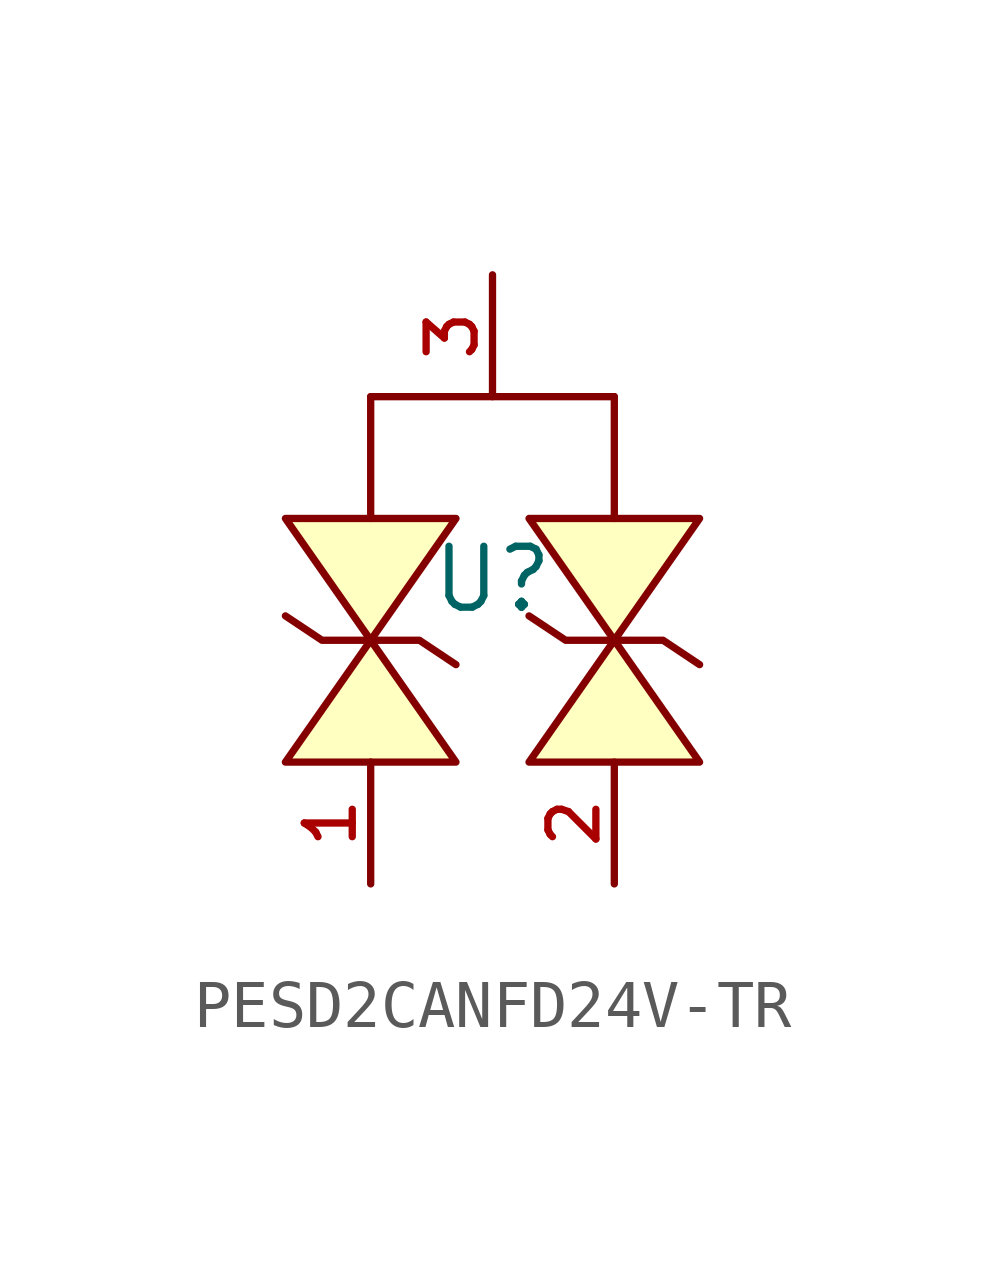
<source format=kicad_sym>
(kicad_symbol_lib
  (version 20210201)
  (generator TousstNicolas/JLC2KiCad_lib)
  (symbol "PESD2CANFD24V-TR"
    (pin_names hide)
    (property "Reference" "U"
      (at 0 1.27 0)
      (effects (font (size 1.27 1.27))))
    (symbol "PESD2CANFD24V-TR_0_1"
      (polyline (pts (xy -0.762 -2.54) (xy -2.54 -0.0) (xy -4.318 -2.54) (xy -0.762 -2.54)) (stroke (width 0) (type default) (color 0 0 0 0)) (fill (type background)))
      (pin unspecified line (at 0.0 7.62 270) (length 2.54) (name "3" (effects (font (size 1 1)))) (number "3" (effects (font (size 1 1)))))
      (pin unspecified line (at -2.54 -5.08 90) (length 2.54) (name "1" (effects (font (size 1 1)))) (number "1" (effects (font (size 1 1)))))
      (polyline (pts (xy -2.54 5.08) (xy -2.54 2.54)) (stroke (width 0) (type default) (color 0 0 0 0)) (fill (type none)))
      (polyline (pts (xy -4.318 0.508) (xy -3.556 -0.0) (xy -1.524 -0.0) (xy -0.762 -0.508)) (stroke (width 0) (type default) (color 0 0 0 0)) (fill (type none)))
      (polyline (pts (xy -4.318 2.54) (xy -2.54 -0.0) (xy -0.762 2.54) (xy -4.318 2.54)) (stroke (width 0) (type default) (color 0 0 0 0)) (fill (type background)))
      (polyline (pts (xy 4.318 -2.54) (xy 2.54 -0.0) (xy 0.762 -2.54) (xy 4.318 -2.54)) (stroke (width 0) (type default) (color 0 0 0 0)) (fill (type background)))
      (pin unspecified line (at 2.54 -5.08 90) (length 2.54) (name "2" (effects (font (size 1 1)))) (number "2" (effects (font (size 1 1)))))
      (polyline (pts (xy 2.54 5.08) (xy 2.54 2.54)) (stroke (width 0) (type default) (color 0 0 0 0)) (fill (type none)))
      (polyline (pts (xy 0.762 0.508) (xy 1.524 -0.0) (xy 3.556 -0.0) (xy 4.318 -0.508)) (stroke (width 0) (type default) (color 0 0 0 0)) (fill (type none)))
      (polyline (pts (xy 0.762 2.54) (xy 2.54 -0.0) (xy 4.318 2.54) (xy 0.762 2.54)) (stroke (width 0) (type default) (color 0 0 0 0)) (fill (type background)))
      (polyline (pts (xy -2.54 5.08) (xy 2.54 5.08)) (stroke (width 0) (type default) (color 0 0 0 0)) (fill (type none))))))
</source>
